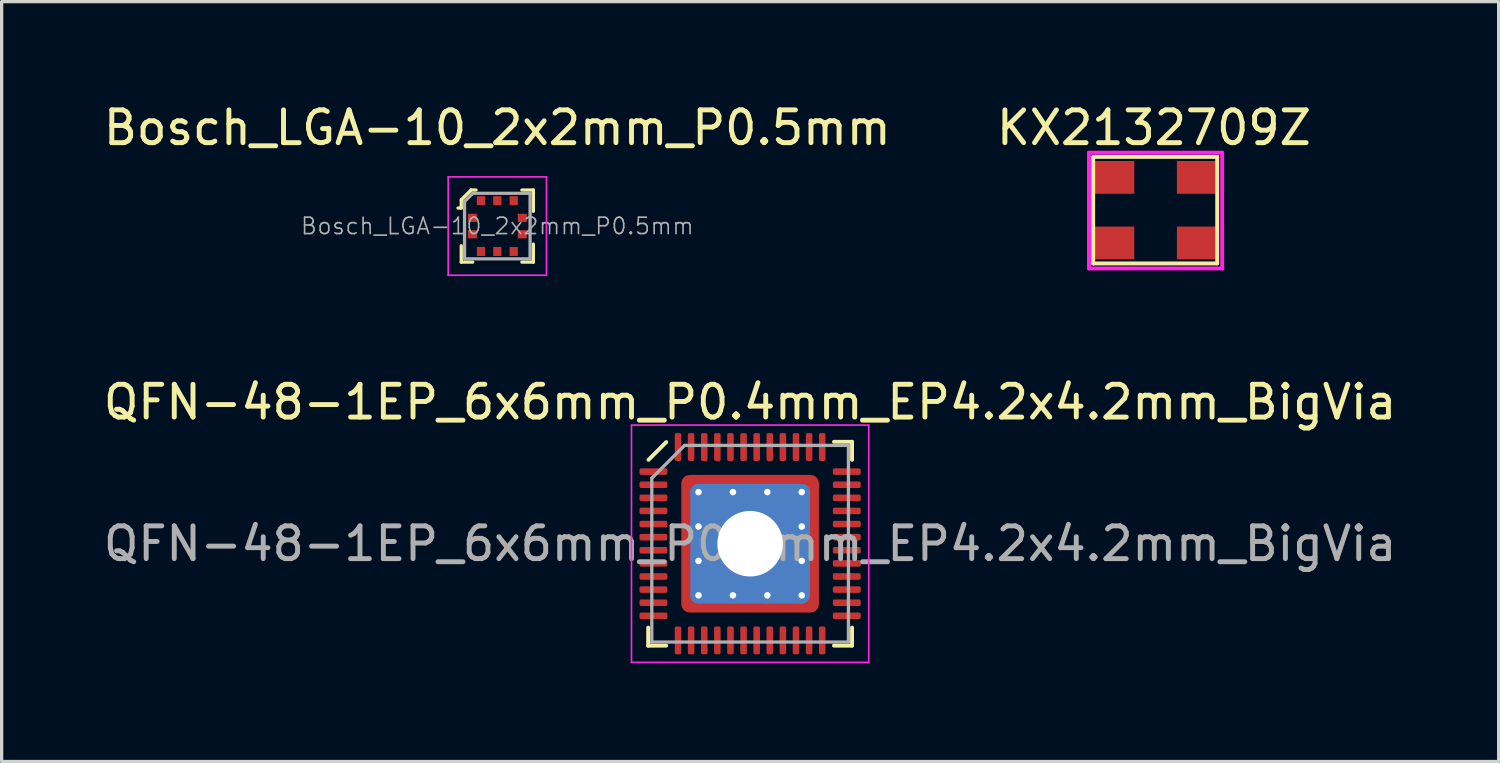
<source format=kicad_pcb>
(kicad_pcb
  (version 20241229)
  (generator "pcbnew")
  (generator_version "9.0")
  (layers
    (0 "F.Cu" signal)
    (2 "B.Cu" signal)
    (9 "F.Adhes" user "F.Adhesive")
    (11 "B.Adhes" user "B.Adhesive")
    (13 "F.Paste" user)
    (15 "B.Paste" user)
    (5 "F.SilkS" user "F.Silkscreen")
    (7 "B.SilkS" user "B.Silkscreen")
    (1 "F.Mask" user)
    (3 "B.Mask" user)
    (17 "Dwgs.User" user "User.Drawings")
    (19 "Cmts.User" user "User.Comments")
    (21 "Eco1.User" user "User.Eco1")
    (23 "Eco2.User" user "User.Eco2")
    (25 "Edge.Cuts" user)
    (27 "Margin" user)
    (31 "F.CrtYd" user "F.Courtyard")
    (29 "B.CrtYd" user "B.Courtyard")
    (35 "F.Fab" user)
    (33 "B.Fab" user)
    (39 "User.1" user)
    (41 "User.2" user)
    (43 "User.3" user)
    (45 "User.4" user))
  (footprint "Bosch_LGA-10_2x2mm_P0.5mm"
    (layer "F.Cu")
    (at 12.125 3.848)
    (property "Reference" "Bosch_LGA-10_2x2mm_P0.5mm" (at 0 -3 0) (layer "F.SilkS") (effects (font (size 1 1) (thickness 0.15))))
    (attr smd)
    (fp_line (start -1.1 -0.8) (end -1.1 -0.55) (stroke (width 0.1) (type solid)) (layer "F.SilkS"))
    (fp_line (start -1.1 -0.55) (end -1.2 -0.55) (stroke (width 0.1) (type solid)) (layer "F.SilkS"))
    (fp_line (start -1.1 0.6) (end -1.1 1.1) (stroke (width 0.1) (type solid)) (layer "F.SilkS"))
    (fp_line (start -1.1 1.1) (end -0.75 1.1) (stroke (width 0.1) (type solid)) (layer "F.SilkS"))
    (fp_line (start -0.8 -1.1) (end -1.1 -0.8) (stroke (width 0.1) (type solid)) (layer "F.SilkS"))
    (fp_line (start -0.65 -1.1) (end -0.8 -1.1) (stroke (width 0.1) (type solid)) (layer "F.SilkS"))
    (fp_line (start 0.75 -1.1) (end 1.1 -1.1) (stroke (width 0.1) (type solid)) (layer "F.SilkS"))
    (fp_line (start 0.75 1.1) (end 1.1 1.1) (stroke (width 0.1) (type solid)) (layer "F.SilkS"))
    (fp_line (start 1.1 -1.1) (end 1.1 -0.45) (stroke (width 0.1) (type solid)) (layer "F.SilkS"))
    (fp_line (start 1.1 1.1) (end 1.1 0.55) (stroke (width 0.1) (type solid)) (layer "F.SilkS"))
    (fp_line (start -1.5 -1.5) (end -1.5 1.5) (stroke (width 0.05) (type solid)) (layer "F.CrtYd"))
    (fp_line (start -1.5 -1.5) (end 1.5 -1.5) (stroke (width 0.05) (type solid)) (layer "F.CrtYd"))
    (fp_line (start -1.5 1.5) (end 1.5 1.5) (stroke (width 0.05) (type solid)) (layer "F.CrtYd"))
    (fp_line (start 1.5 -1.5) (end 1.5 1.5) (stroke (width 0.05) (type solid)) (layer "F.CrtYd"))
    (fp_line (start -1 -0.75) (end -0.75 -1) (stroke (width 0.1) (type solid)) (layer "F.Fab"))
    (fp_line (start -1 1) (end -1 -0.75) (stroke (width 0.1) (type solid)) (layer "F.Fab"))
    (fp_line (start 1 -1) (end -0.75 -1) (stroke (width 0.1) (type solid)) (layer "F.Fab"))
    (fp_line (start 1 -1) (end 1 1) (stroke (width 0.1) (type solid)) (layer "F.Fab"))
    (fp_line (start 1 1) (end -1 1) (stroke (width 0.1) (type solid)) (layer "F.Fab"))
    (fp_text user "${REFERENCE}" (at 0 0 0) (layer "F.Fab") (effects (font (size 0.5 0.5) (thickness 0.05))))
    (pad "1" smd rect (at -0.762 -0.25) (size 0.275 0.25) (layers "F.Cu" "F.Mask" "F.Paste"))
    (pad "2" smd rect (at -0.762 0.25) (size 0.275 0.25) (layers "F.Cu" "F.Mask" "F.Paste"))
    (pad "3" smd rect (at -0.5 0.775 90) (size 0.275 0.25) (layers "F.Cu" "F.Mask" "F.Paste"))
    (pad "4" smd rect (at 0 0.775 90) (size 0.275 0.25) (layers "F.Cu" "F.Mask" "F.Paste"))
    (pad "5" smd rect (at 0.5 0.775 90) (size 0.275 0.25) (layers "F.Cu" "F.Mask" "F.Paste"))
    (pad "6" smd rect (at 0.762 0.25) (size 0.275 0.25) (layers "F.Cu" "F.Mask" "F.Paste"))
    (pad "7" smd rect (at 0.762 -0.25) (size 0.275 0.25) (layers "F.Cu" "F.Mask" "F.Paste"))
    (pad "8" smd rect (at 0.5 -0.775 90) (size 0.275 0.25) (layers "F.Cu" "F.Mask" "F.Paste"))
    (pad "9" smd rect (at 0 -0.775 90) (size 0.275 0.25) (layers "F.Cu" "F.Mask" "F.Paste"))
    (pad "10" smd rect (at -0.5 -0.775 90) (size 0.275 0.25) (layers "F.Cu" "F.Mask" "F.Paste")))
  (footprint "KX2132709Z"
    (layer "F.Cu")
    (at 32.212 3.363)
    (property "Reference" "KX2132709Z" (at -0.051 -2.515 0) (layer "F.SilkS") (effects (font (size 1 1) (thickness 0.15))))
    (attr through_hole)
    (fp_line (start -1.905 -1.626) (end 1.88 -1.626) (stroke (width 0.12) (type solid)) (layer "F.SilkS"))
    (fp_line (start -1.905 1.626) (end -1.905 -1.626) (stroke (width 0.12) (type solid)) (layer "F.SilkS"))
    (fp_line (start 1.88 -1.626) (end 1.88 1.626) (stroke (width 0.12) (type solid)) (layer "F.SilkS"))
    (fp_line (start 1.88 1.626) (end -1.905 1.626) (stroke (width 0.12) (type solid)) (layer "F.SilkS"))
    (fp_line (start -2.032 -1.753) (end 2.032 -1.753) (stroke (width 0.12) (type solid)) (layer "F.CrtYd"))
    (fp_line (start -2.032 1.778) (end -2.032 -1.753) (stroke (width 0.12) (type solid)) (layer "F.CrtYd"))
    (fp_line (start 2.032 -1.753) (end 2.032 1.778) (stroke (width 0.12) (type solid)) (layer "F.CrtYd"))
    (fp_line (start 2.032 1.778) (end -2.032 1.778) (stroke (width 0.12) (type solid)) (layer "F.CrtYd"))
    (pad "1" smd rect (at -1.25 1) (size 1.2 1) (layers "F.Cu" "F.Mask" "F.Paste"))
    (pad "2" smd rect (at 1.25 1) (size 1.2 1) (layers "F.Cu" "F.Mask" "F.Paste"))
    (pad "3" smd rect (at 1.25 -1) (size 1.2 1) (layers "F.Cu" "F.Mask" "F.Paste"))
    (pad "4" smd rect (at -1.25 -1) (size 1.2 1) (layers "F.Cu" "F.Mask" "F.Paste")))
  (footprint "QFN-48-1EP_6x6mm_P0.4mm_EP4.2x4.2mm_BigVia"
    (layer "F.Cu")
    (at 19.839 13.541)
    (property "Reference" "QFN-48-1EP_6x6mm_P0.4mm_EP4.2x4.2mm_BigVia" (at 0 -4.32 0) (layer "F.SilkS") (effects (font (size 1 1) (thickness 0.15))))
    (attr smd)
    (fp_line (start -3.11 3.11) (end -3.11 2.56) (stroke (width 0.12) (type solid)) (layer "F.SilkS"))
    (fp_line (start -2.56 -3.1) (end -3.1 -2.56) (stroke (width 0.12) (type solid)) (layer "F.SilkS"))
    (fp_line (start -2.56 3.11) (end -3.11 3.11) (stroke (width 0.12) (type solid)) (layer "F.SilkS"))
    (fp_line (start 2.56 -3.11) (end 3.11 -3.11) (stroke (width 0.12) (type solid)) (layer "F.SilkS"))
    (fp_line (start 2.56 3.11) (end 3.11 3.11) (stroke (width 0.12) (type solid)) (layer "F.SilkS"))
    (fp_line (start 3.11 -3.11) (end 3.11 -2.56) (stroke (width 0.12) (type solid)) (layer "F.SilkS"))
    (fp_line (start 3.11 3.11) (end 3.11 2.56) (stroke (width 0.12) (type solid)) (layer "F.SilkS"))
    (fp_line (start -3.62 -3.62) (end -3.62 3.62) (stroke (width 0.05) (type solid)) (layer "F.CrtYd"))
    (fp_line (start -3.62 3.62) (end 3.62 3.62) (stroke (width 0.05) (type solid)) (layer "F.CrtYd"))
    (fp_line (start 3.62 -3.62) (end -3.62 -3.62) (stroke (width 0.05) (type solid)) (layer "F.CrtYd"))
    (fp_line (start 3.62 3.62) (end 3.62 -3.62) (stroke (width 0.05) (type solid)) (layer "F.CrtYd"))
    (fp_line (start -3 -2) (end -2 -3) (stroke (width 0.1) (type solid)) (layer "F.Fab"))
    (fp_line (start -3 3) (end -3 -2) (stroke (width 0.1) (type solid)) (layer "F.Fab"))
    (fp_line (start -2 -3) (end 3 -3) (stroke (width 0.1) (type solid)) (layer "F.Fab"))
    (fp_line (start 3 -3) (end 3 3) (stroke (width 0.1) (type solid)) (layer "F.Fab"))
    (fp_line (start 3 3) (end -3 3) (stroke (width 0.1) (type solid)) (layer "F.Fab"))
    (fp_text user "${REFERENCE}" (at 0 0 0) (layer "F.Fab") (effects (font (size 1 1) (thickness 0.15))))
    (pad "" smd custom (at -1.837 -1.837) (size 0.295 0.295) (layers "F.Paste") (options (anchor circle)) (primitives (gr_poly (pts (xy -0.106 -0.106) (xy 0.106 -0.106) (xy 0.106 -0.013) (xy -0.013 0.106) (xy -0.106 0.106)) (width 0.212) (fill yes))))
    (pad "" smd custom (at -1.837 -1.05) (size 0.331 0.331) (layers "F.Paste") (options (anchor circle)) (primitives (gr_poly (pts (xy -0.12 -0.331) (xy 0.043 -0.331) (xy 0.12 -0.255) (xy 0.12 0.255) (xy 0.043 0.331) (xy -0.12 0.331)) (width 0.184) (fill yes))))
    (pad "" smd custom (at -1.837 0) (size 0.331 0.331) (layers "F.Paste") (options (anchor circle)) (primitives (gr_poly (pts (xy -0.12 -0.331) (xy 0.043 -0.331) (xy 0.12 -0.255) (xy 0.12 0.255) (xy 0.043 0.331) (xy -0.12 0.331)) (width 0.184) (fill yes))))
    (pad "" smd custom (at -1.837 1.05) (size 0.331 0.331) (layers "F.Paste") (options (anchor circle)) (primitives (gr_poly (pts (xy -0.12 -0.331) (xy 0.043 -0.331) (xy 0.12 -0.255) (xy 0.12 0.255) (xy 0.043 0.331) (xy -0.12 0.331)) (width 0.184) (fill yes))))
    (pad "" smd custom (at -1.837 1.837) (size 0.295 0.295) (layers "F.Paste") (options (anchor circle)) (primitives (gr_poly (pts (xy -0.106 -0.106) (xy -0.013 -0.106) (xy 0.106 0.013) (xy 0.106 0.106) (xy -0.106 0.106)) (width 0.212) (fill yes))))
    (pad "" smd roundrect (at -1.26 0) (size 0.42 0.847) (layers "F.Paste") (roundrect_rratio 0.25))
    (pad "" smd custom (at -1.05 -1.837) (size 0.331 0.331) (layers "F.Paste") (options (anchor circle)) (primitives (gr_poly (pts (xy -0.331 -0.12) (xy 0.331 -0.12) (xy 0.331 0.043) (xy 0.255 0.12) (xy -0.255 0.12) (xy -0.331 0.043)) (width 0.184) (fill yes))))
    (pad "" smd roundrect (at -1.05 -1.05) (size 0.8 0.8) (layers "F.Paste") (roundrect_rratio 0.25))
    (pad "" smd roundrect (at -1.05 1.05) (size 0.8 0.8) (layers "F.Paste") (roundrect_rratio 0.25))
    (pad "" smd custom (at -1.05 1.837) (size 0.331 0.331) (layers "F.Paste") (options (anchor circle)) (primitives (gr_poly (pts (xy -0.331 -0.043) (xy -0.255 -0.12) (xy 0.255 -0.12) (xy 0.331 -0.043) (xy 0.331 0.12) (xy -0.331 0.12)) (width 0.184) (fill yes))))
    (pad "" smd custom (at 0 -1.837) (size 0.331 0.331) (layers "F.Paste") (options (anchor circle)) (primitives (gr_poly (pts (xy -0.331 -0.12) (xy 0.331 -0.12) (xy 0.331 0.043) (xy 0.255 0.12) (xy -0.255 0.12) (xy -0.331 0.043)) (width 0.184) (fill yes))))
    (pad "" smd roundrect (at 0 -1.26) (size 0.847 0.42) (layers "F.Paste") (roundrect_rratio 0.25))
    (pad "" smd roundrect (at 0 1.26) (size 0.847 0.42) (layers "F.Paste") (roundrect_rratio 0.25))
    (pad "" smd custom (at 0 1.837) (size 0.331 0.331) (layers "F.Paste") (options (anchor circle)) (primitives (gr_poly (pts (xy -0.331 -0.043) (xy -0.255 -0.12) (xy 0.255 -0.12) (xy 0.331 -0.043) (xy 0.331 0.12) (xy -0.331 0.12)) (width 0.184) (fill yes))))
    (pad "" smd custom (at 1.05 -1.837) (size 0.331 0.331) (layers "F.Paste") (options (anchor circle)) (primitives (gr_poly (pts (xy -0.331 -0.12) (xy 0.331 -0.12) (xy 0.331 0.043) (xy 0.255 0.12) (xy -0.255 0.12) (xy -0.331 0.043)) (width 0.184) (fill yes))))
    (pad "" smd roundrect (at 1.05 -1.05) (size 0.8 0.8) (layers "F.Paste") (roundrect_rratio 0.25))
    (pad "" smd roundrect (at 1.05 1.05) (size 0.8 0.8) (layers "F.Paste") (roundrect_rratio 0.25))
    (pad "" smd custom (at 1.05 1.837) (size 0.331 0.331) (layers "F.Paste") (options (anchor circle)) (primitives (gr_poly (pts (xy -0.331 -0.043) (xy -0.255 -0.12) (xy 0.255 -0.12) (xy 0.331 -0.043) (xy 0.331 0.12) (xy -0.331 0.12)) (width 0.184) (fill yes))))
    (pad "" smd roundrect (at 1.26 0) (size 0.42 0.847) (layers "F.Paste") (roundrect_rratio 0.25))
    (pad "" smd custom (at 1.837 -1.837) (size 0.295 0.295) (layers "F.Paste") (options (anchor circle)) (primitives (gr_poly (pts (xy -0.106 -0.106) (xy 0.106 -0.106) (xy 0.106 0.106) (xy 0.013 0.106) (xy -0.106 -0.013)) (width 0.212) (fill yes))))
    (pad "" smd custom (at 1.837 -1.05) (size 0.331 0.331) (layers "F.Paste") (options (anchor circle)) (primitives (gr_poly (pts (xy -0.12 -0.255) (xy -0.043 -0.331) (xy 0.12 -0.331) (xy 0.12 0.331) (xy -0.043 0.331) (xy -0.12 0.255)) (width 0.184) (fill yes))))
    (pad "" smd custom (at 1.837 0) (size 0.331 0.331) (layers "F.Paste") (options (anchor circle)) (primitives (gr_poly (pts (xy -0.12 -0.255) (xy -0.043 -0.331) (xy 0.12 -0.331) (xy 0.12 0.331) (xy -0.043 0.331) (xy -0.12 0.255)) (width 0.184) (fill yes))))
    (pad "" smd custom (at 1.837 1.05) (size 0.331 0.331) (layers "F.Paste") (options (anchor circle)) (primitives (gr_poly (pts (xy -0.12 -0.255) (xy -0.043 -0.331) (xy 0.12 -0.331) (xy 0.12 0.331) (xy -0.043 0.331) (xy -0.12 0.255)) (width 0.184) (fill yes))))
    (pad "" smd custom (at 1.837 1.837) (size 0.295 0.295) (layers "F.Paste") (options (anchor circle)) (primitives (gr_poly (pts (xy -0.106 0.013) (xy 0.013 -0.106) (xy 0.106 -0.106) (xy 0.106 0.106) (xy -0.106 0.106)) (width 0.212) (fill yes))))
    (pad "1" smd roundrect (at -2.95 -2.2) (size 0.85 0.2) (layers "F.Cu" "F.Mask" "F.Paste") (roundrect_rratio 0.25))
    (pad "2" smd roundrect (at -2.95 -1.8) (size 0.85 0.2) (layers "F.Cu" "F.Mask" "F.Paste") (roundrect_rratio 0.25))
    (pad "3" smd roundrect (at -2.95 -1.4) (size 0.85 0.2) (layers "F.Cu" "F.Mask" "F.Paste") (roundrect_rratio 0.25))
    (pad "4" smd roundrect (at -2.95 -1) (size 0.85 0.2) (layers "F.Cu" "F.Mask" "F.Paste") (roundrect_rratio 0.25))
    (pad "5" smd roundrect (at -2.95 -0.6) (size 0.85 0.2) (layers "F.Cu" "F.Mask" "F.Paste") (roundrect_rratio 0.25))
    (pad "6" smd roundrect (at -2.95 -0.2) (size 0.85 0.2) (layers "F.Cu" "F.Mask" "F.Paste") (roundrect_rratio 0.25))
    (pad "7" smd roundrect (at -2.95 0.2) (size 0.85 0.2) (layers "F.Cu" "F.Mask" "F.Paste") (roundrect_rratio 0.25))
    (pad "8" smd roundrect (at -2.95 0.6) (size 0.85 0.2) (layers "F.Cu" "F.Mask" "F.Paste") (roundrect_rratio 0.25))
    (pad "9" smd roundrect (at -2.95 1) (size 0.85 0.2) (layers "F.Cu" "F.Mask" "F.Paste") (roundrect_rratio 0.25))
    (pad "10" smd roundrect (at -2.95 1.4) (size 0.85 0.2) (layers "F.Cu" "F.Mask" "F.Paste") (roundrect_rratio 0.25))
    (pad "11" smd roundrect (at -2.95 1.8) (size 0.85 0.2) (layers "F.Cu" "F.Mask" "F.Paste") (roundrect_rratio 0.25))
    (pad "12" smd roundrect (at -2.95 2.2) (size 0.85 0.2) (layers "F.Cu" "F.Mask" "F.Paste") (roundrect_rratio 0.25))
    (pad "13" smd roundrect (at -2.2 2.95) (size 0.2 0.85) (layers "F.Cu" "F.Mask" "F.Paste") (roundrect_rratio 0.25))
    (pad "14" smd roundrect (at -1.8 2.95) (size 0.2 0.85) (layers "F.Cu" "F.Mask" "F.Paste") (roundrect_rratio 0.25))
    (pad "15" smd roundrect (at -1.4 2.95) (size 0.2 0.85) (layers "F.Cu" "F.Mask" "F.Paste") (roundrect_rratio 0.25))
    (pad "16" smd roundrect (at -1 2.95) (size 0.2 0.85) (layers "F.Cu" "F.Mask" "F.Paste") (roundrect_rratio 0.25))
    (pad "17" smd roundrect (at -0.6 2.95) (size 0.2 0.85) (layers "F.Cu" "F.Mask" "F.Paste") (roundrect_rratio 0.25))
    (pad "18" smd roundrect (at -0.2 2.95) (size 0.2 0.85) (layers "F.Cu" "F.Mask" "F.Paste") (roundrect_rratio 0.25))
    (pad "19" smd roundrect (at 0.2 2.95) (size 0.2 0.85) (layers "F.Cu" "F.Mask" "F.Paste") (roundrect_rratio 0.25))
    (pad "20" smd roundrect (at 0.6 2.95) (size 0.2 0.85) (layers "F.Cu" "F.Mask" "F.Paste") (roundrect_rratio 0.25))
    (pad "21" smd roundrect (at 1 2.95) (size 0.2 0.85) (layers "F.Cu" "F.Mask" "F.Paste") (roundrect_rratio 0.25))
    (pad "22" smd roundrect (at 1.4 2.95) (size 0.2 0.85) (layers "F.Cu" "F.Mask" "F.Paste") (roundrect_rratio 0.25))
    (pad "23" smd roundrect (at 1.8 2.95) (size 0.2 0.85) (layers "F.Cu" "F.Mask" "F.Paste") (roundrect_rratio 0.25))
    (pad "24" smd roundrect (at 2.2 2.95) (size 0.2 0.85) (layers "F.Cu" "F.Mask" "F.Paste") (roundrect_rratio 0.25))
    (pad "25" smd roundrect (at 2.95 2.2) (size 0.85 0.2) (layers "F.Cu" "F.Mask" "F.Paste") (roundrect_rratio 0.25))
    (pad "26" smd roundrect (at 2.95 1.8) (size 0.85 0.2) (layers "F.Cu" "F.Mask" "F.Paste") (roundrect_rratio 0.25))
    (pad "27" smd roundrect (at 2.95 1.4) (size 0.85 0.2) (layers "F.Cu" "F.Mask" "F.Paste") (roundrect_rratio 0.25))
    (pad "28" smd roundrect (at 2.95 1) (size 0.85 0.2) (layers "F.Cu" "F.Mask" "F.Paste") (roundrect_rratio 0.25))
    (pad "29" smd roundrect (at 2.95 0.6) (size 0.85 0.2) (layers "F.Cu" "F.Mask" "F.Paste") (roundrect_rratio 0.25))
    (pad "30" smd roundrect (at 2.95 0.2) (size 0.85 0.2) (layers "F.Cu" "F.Mask" "F.Paste") (roundrect_rratio 0.25))
    (pad "31" smd roundrect (at 2.95 -0.2) (size 0.85 0.2) (layers "F.Cu" "F.Mask" "F.Paste") (roundrect_rratio 0.25))
    (pad "32" smd roundrect (at 2.95 -0.6) (size 0.85 0.2) (layers "F.Cu" "F.Mask" "F.Paste") (roundrect_rratio 0.25))
    (pad "33" smd roundrect (at 2.95 -1) (size 0.85 0.2) (layers "F.Cu" "F.Mask" "F.Paste") (roundrect_rratio 0.25))
    (pad "34" smd roundrect (at 2.95 -1.4) (size 0.85 0.2) (layers "F.Cu" "F.Mask" "F.Paste") (roundrect_rratio 0.25))
    (pad "35" smd roundrect (at 2.95 -1.8) (size 0.85 0.2) (layers "F.Cu" "F.Mask" "F.Paste") (roundrect_rratio 0.25))
    (pad "36" smd roundrect (at 2.95 -2.2) (size 0.85 0.2) (layers "F.Cu" "F.Mask" "F.Paste") (roundrect_rratio 0.25))
    (pad "37" smd roundrect (at 2.2 -2.95) (size 0.2 0.85) (layers "F.Cu" "F.Mask" "F.Paste") (roundrect_rratio 0.25))
    (pad "38" smd roundrect (at 1.8 -2.95) (size 0.2 0.85) (layers "F.Cu" "F.Mask" "F.Paste") (roundrect_rratio 0.25))
    (pad "39" smd roundrect (at 1.4 -2.95) (size 0.2 0.85) (layers "F.Cu" "F.Mask" "F.Paste") (roundrect_rratio 0.25))
    (pad "40" smd roundrect (at 1 -2.95) (size 0.2 0.85) (layers "F.Cu" "F.Mask" "F.Paste") (roundrect_rratio 0.25))
    (pad "41" smd roundrect (at 0.6 -2.95) (size 0.2 0.85) (layers "F.Cu" "F.Mask" "F.Paste") (roundrect_rratio 0.25))
    (pad "42" smd roundrect (at 0.2 -2.95) (size 0.2 0.85) (layers "F.Cu" "F.Mask" "F.Paste") (roundrect_rratio 0.25))
    (pad "43" smd roundrect (at -0.2 -2.95) (size 0.2 0.85) (layers "F.Cu" "F.Mask" "F.Paste") (roundrect_rratio 0.25))
    (pad "44" smd roundrect (at -0.6 -2.95) (size 0.2 0.85) (layers "F.Cu" "F.Mask" "F.Paste") (roundrect_rratio 0.25))
    (pad "45" smd roundrect (at -1 -2.95) (size 0.2 0.85) (layers "F.Cu" "F.Mask" "F.Paste") (roundrect_rratio 0.25))
    (pad "46" smd roundrect (at -1.4 -2.95) (size 0.2 0.85) (layers "F.Cu" "F.Mask" "F.Paste") (roundrect_rratio 0.25))
    (pad "47" smd roundrect (at -1.8 -2.95) (size 0.2 0.85) (layers "F.Cu" "F.Mask" "F.Paste") (roundrect_rratio 0.25))
    (pad "48" smd roundrect (at -2.2 -2.95) (size 0.2 0.85) (layers "F.Cu" "F.Mask" "F.Paste") (roundrect_rratio 0.25))
    (pad "49" thru_hole circle (at -1.575 -1.575) (size 0.5 0.5) (drill 0.2) (layers "*.Cu"))
    (pad "49" thru_hole circle (at -1.575 -0.525) (size 0.5 0.5) (drill 0.2) (layers "*.Cu"))
    (pad "49" thru_hole circle (at -1.575 0.525) (size 0.5 0.5) (drill 0.2) (layers "*.Cu"))
    (pad "49" thru_hole circle (at -1.575 1.575) (size 0.5 0.5) (drill 0.2) (layers "*.Cu"))
    (pad "49" thru_hole circle (at -0.525 -1.575) (size 0.5 0.5) (drill 0.2) (layers "*.Cu"))
    (pad "49" thru_hole circle (at -0.525 1.575) (size 0.5 0.5) (drill 0.2) (layers "*.Cu"))
    (pad "49" thru_hole circle (at 0 0) (size 3 3) (drill 2) (layers "*.Cu" "*.Mask"))
    (pad "49" smd roundrect (at 0 0) (size 3.65 3.65) (layers "B.Cu") (roundrect_rratio 0.068))
    (pad "49" smd roundrect (at 0 0) (size 4.2 4.2) (layers "F.Cu" "F.Mask") (roundrect_rratio 0.06))
    (pad "49" thru_hole circle (at 0.525 -1.575) (size 0.5 0.5) (drill 0.2) (layers "*.Cu"))
    (pad "49" thru_hole circle (at 0.525 1.575) (size 0.5 0.5) (drill 0.2) (layers "*.Cu"))
    (pad "49" thru_hole circle (at 1.575 -1.575) (size 0.5 0.5) (drill 0.2) (layers "*.Cu"))
    (pad "49" thru_hole circle (at 1.575 -0.525) (size 0.5 0.5) (drill 0.2) (layers "*.Cu"))
    (pad "49" thru_hole circle (at 1.575 0.525) (size 0.5 0.5) (drill 0.2) (layers "*.Cu"))
    (pad "49" thru_hole circle (at 1.575 1.575) (size 0.5 0.5) (drill 0.2) (layers "*.Cu")))
  (gr_rect
    (start -3 -3)
    (end 42.679 20.186)
    (stroke (width 0.1) (type default))
    (fill no)
    (layer "Edge.Cuts")))
</source>
